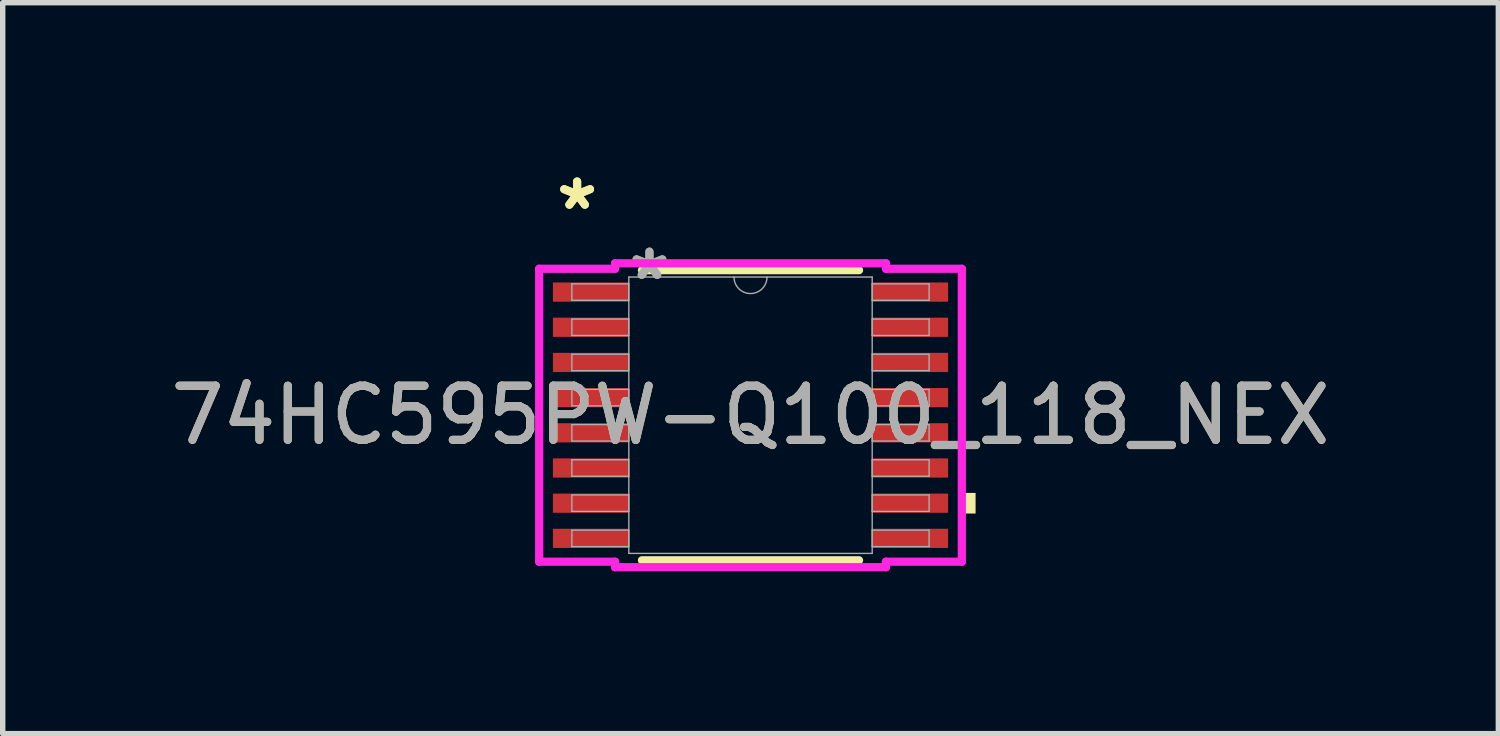
<source format=kicad_pcb>
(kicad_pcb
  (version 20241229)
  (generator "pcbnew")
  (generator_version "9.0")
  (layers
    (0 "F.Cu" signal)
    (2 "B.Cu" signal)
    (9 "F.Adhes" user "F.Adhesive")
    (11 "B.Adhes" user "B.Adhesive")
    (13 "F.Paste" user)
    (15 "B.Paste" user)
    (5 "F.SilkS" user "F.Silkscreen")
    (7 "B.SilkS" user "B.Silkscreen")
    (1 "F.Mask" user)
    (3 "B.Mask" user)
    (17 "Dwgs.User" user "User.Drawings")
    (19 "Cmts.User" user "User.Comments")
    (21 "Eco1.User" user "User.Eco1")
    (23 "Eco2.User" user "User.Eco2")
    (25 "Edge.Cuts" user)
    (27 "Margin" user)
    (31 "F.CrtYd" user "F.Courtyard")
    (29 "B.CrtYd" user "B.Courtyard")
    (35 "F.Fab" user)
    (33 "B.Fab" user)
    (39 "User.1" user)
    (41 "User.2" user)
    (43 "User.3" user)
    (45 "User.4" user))
  (footprint "74HC595PW-Q100_118_NEX"
    (layer "F.Cu")
    (at 10.815 4.621)
    (property "Reference" "74HC595PW-Q100_118_NEX" (at 0 0 0) (unlocked yes) (layer "F.SilkS") (effects (font (size 1 1) (thickness 0.15))))
    (attr smd)
    (fp_line (start -2.005 2.68) (end 2.005 2.68) (stroke (width 0.152) (type solid)) (layer "F.SilkS"))
    (fp_line (start 2.005 -2.68) (end -2.005 -2.68) (stroke (width 0.152) (type solid)) (layer "F.SilkS"))
    (fp_poly (pts (xy 4.158 1.435) (xy 4.158 1.816) (xy 3.904 1.816) (xy 3.904 1.435)) (stroke (width 0) (type solid)) (fill yes) (layer "F.SilkS"))
    (fp_line (start -3.904 -2.706) (end -2.502 -2.706) (stroke (width 0.152) (type solid)) (layer "F.CrtYd"))
    (fp_line (start -3.904 2.706) (end -3.904 -2.706) (stroke (width 0.152) (type solid)) (layer "F.CrtYd"))
    (fp_line (start -3.904 2.706) (end -2.502 2.706) (stroke (width 0.152) (type solid)) (layer "F.CrtYd"))
    (fp_line (start -2.502 -2.807) (end 2.502 -2.807) (stroke (width 0.152) (type solid)) (layer "F.CrtYd"))
    (fp_line (start -2.502 -2.706) (end -2.502 -2.807) (stroke (width 0.152) (type solid)) (layer "F.CrtYd"))
    (fp_line (start -2.502 2.807) (end -2.502 2.706) (stroke (width 0.152) (type solid)) (layer "F.CrtYd"))
    (fp_line (start 2.502 -2.807) (end 2.502 -2.706) (stroke (width 0.152) (type solid)) (layer "F.CrtYd"))
    (fp_line (start 2.502 2.706) (end 2.502 2.807) (stroke (width 0.152) (type solid)) (layer "F.CrtYd"))
    (fp_line (start 2.502 2.807) (end -2.502 2.807) (stroke (width 0.152) (type solid)) (layer "F.CrtYd"))
    (fp_line (start 3.904 -2.706) (end 2.502 -2.706) (stroke (width 0.152) (type solid)) (layer "F.CrtYd"))
    (fp_line (start 3.904 -2.706) (end 3.904 2.706) (stroke (width 0.152) (type solid)) (layer "F.CrtYd"))
    (fp_line (start 3.904 2.706) (end 2.502 2.706) (stroke (width 0.152) (type solid)) (layer "F.CrtYd"))
    (fp_line (start -3.3 -2.427) (end -3.3 -2.123) (stroke (width 0.025) (type solid)) (layer "F.Fab"))
    (fp_line (start -3.3 -2.123) (end -2.248 -2.123) (stroke (width 0.025) (type solid)) (layer "F.Fab"))
    (fp_line (start -3.3 -1.777) (end -3.3 -1.473) (stroke (width 0.025) (type solid)) (layer "F.Fab"))
    (fp_line (start -3.3 -1.473) (end -2.248 -1.473) (stroke (width 0.025) (type solid)) (layer "F.Fab"))
    (fp_line (start -3.3 -1.127) (end -3.3 -0.823) (stroke (width 0.025) (type solid)) (layer "F.Fab"))
    (fp_line (start -3.3 -0.823) (end -2.248 -0.823) (stroke (width 0.025) (type solid)) (layer "F.Fab"))
    (fp_line (start -3.3 -0.477) (end -3.3 -0.173) (stroke (width 0.025) (type solid)) (layer "F.Fab"))
    (fp_line (start -3.3 -0.173) (end -2.248 -0.173) (stroke (width 0.025) (type solid)) (layer "F.Fab"))
    (fp_line (start -3.3 0.173) (end -3.3 0.477) (stroke (width 0.025) (type solid)) (layer "F.Fab"))
    (fp_line (start -3.3 0.477) (end -2.248 0.477) (stroke (width 0.025) (type solid)) (layer "F.Fab"))
    (fp_line (start -3.3 0.823) (end -3.3 1.127) (stroke (width 0.025) (type solid)) (layer "F.Fab"))
    (fp_line (start -3.3 1.127) (end -2.248 1.127) (stroke (width 0.025) (type solid)) (layer "F.Fab"))
    (fp_line (start -3.3 1.473) (end -3.3 1.777) (stroke (width 0.025) (type solid)) (layer "F.Fab"))
    (fp_line (start -3.3 1.777) (end -2.248 1.777) (stroke (width 0.025) (type solid)) (layer "F.Fab"))
    (fp_line (start -3.3 2.123) (end -3.3 2.427) (stroke (width 0.025) (type solid)) (layer "F.Fab"))
    (fp_line (start -3.3 2.427) (end -2.248 2.427) (stroke (width 0.025) (type solid)) (layer "F.Fab"))
    (fp_line (start -2.248 -2.553) (end -2.248 2.553) (stroke (width 0.025) (type solid)) (layer "F.Fab"))
    (fp_line (start -2.248 -2.427) (end -3.3 -2.427) (stroke (width 0.025) (type solid)) (layer "F.Fab"))
    (fp_line (start -2.248 -2.123) (end -2.248 -2.427) (stroke (width 0.025) (type solid)) (layer "F.Fab"))
    (fp_line (start -2.248 -1.777) (end -3.3 -1.777) (stroke (width 0.025) (type solid)) (layer "F.Fab"))
    (fp_line (start -2.248 -1.473) (end -2.248 -1.777) (stroke (width 0.025) (type solid)) (layer "F.Fab"))
    (fp_line (start -2.248 -1.127) (end -3.3 -1.127) (stroke (width 0.025) (type solid)) (layer "F.Fab"))
    (fp_line (start -2.248 -0.823) (end -2.248 -1.127) (stroke (width 0.025) (type solid)) (layer "F.Fab"))
    (fp_line (start -2.248 -0.477) (end -3.3 -0.477) (stroke (width 0.025) (type solid)) (layer "F.Fab"))
    (fp_line (start -2.248 -0.173) (end -2.248 -0.477) (stroke (width 0.025) (type solid)) (layer "F.Fab"))
    (fp_line (start -2.248 0.173) (end -3.3 0.173) (stroke (width 0.025) (type solid)) (layer "F.Fab"))
    (fp_line (start -2.248 0.477) (end -2.248 0.173) (stroke (width 0.025) (type solid)) (layer "F.Fab"))
    (fp_line (start -2.248 0.823) (end -3.3 0.823) (stroke (width 0.025) (type solid)) (layer "F.Fab"))
    (fp_line (start -2.248 1.127) (end -2.248 0.823) (stroke (width 0.025) (type solid)) (layer "F.Fab"))
    (fp_line (start -2.248 1.473) (end -3.3 1.473) (stroke (width 0.025) (type solid)) (layer "F.Fab"))
    (fp_line (start -2.248 1.777) (end -2.248 1.473) (stroke (width 0.025) (type solid)) (layer "F.Fab"))
    (fp_line (start -2.248 2.123) (end -3.3 2.123) (stroke (width 0.025) (type solid)) (layer "F.Fab"))
    (fp_line (start -2.248 2.427) (end -2.248 2.123) (stroke (width 0.025) (type solid)) (layer "F.Fab"))
    (fp_line (start -2.248 2.553) (end 2.248 2.553) (stroke (width 0.025) (type solid)) (layer "F.Fab"))
    (fp_line (start 2.248 -2.553) (end -2.248 -2.553) (stroke (width 0.025) (type solid)) (layer "F.Fab"))
    (fp_line (start 2.248 -2.427) (end 2.248 -2.123) (stroke (width 0.025) (type solid)) (layer "F.Fab"))
    (fp_line (start 2.248 -2.123) (end 3.3 -2.123) (stroke (width 0.025) (type solid)) (layer "F.Fab"))
    (fp_line (start 2.248 -1.777) (end 2.248 -1.473) (stroke (width 0.025) (type solid)) (layer "F.Fab"))
    (fp_line (start 2.248 -1.473) (end 3.3 -1.473) (stroke (width 0.025) (type solid)) (layer "F.Fab"))
    (fp_line (start 2.248 -1.127) (end 2.248 -0.823) (stroke (width 0.025) (type solid)) (layer "F.Fab"))
    (fp_line (start 2.248 -0.823) (end 3.3 -0.823) (stroke (width 0.025) (type solid)) (layer "F.Fab"))
    (fp_line (start 2.248 -0.477) (end 2.248 -0.173) (stroke (width 0.025) (type solid)) (layer "F.Fab"))
    (fp_line (start 2.248 -0.173) (end 3.3 -0.173) (stroke (width 0.025) (type solid)) (layer "F.Fab"))
    (fp_line (start 2.248 0.173) (end 2.248 0.477) (stroke (width 0.025) (type solid)) (layer "F.Fab"))
    (fp_line (start 2.248 0.477) (end 3.3 0.477) (stroke (width 0.025) (type solid)) (layer "F.Fab"))
    (fp_line (start 2.248 0.823) (end 2.248 1.127) (stroke (width 0.025) (type solid)) (layer "F.Fab"))
    (fp_line (start 2.248 1.127) (end 3.3 1.127) (stroke (width 0.025) (type solid)) (layer "F.Fab"))
    (fp_line (start 2.248 1.473) (end 2.248 1.777) (stroke (width 0.025) (type solid)) (layer "F.Fab"))
    (fp_line (start 2.248 1.777) (end 3.3 1.777) (stroke (width 0.025) (type solid)) (layer "F.Fab"))
    (fp_line (start 2.248 2.123) (end 2.248 2.427) (stroke (width 0.025) (type solid)) (layer "F.Fab"))
    (fp_line (start 2.248 2.427) (end 3.3 2.427) (stroke (width 0.025) (type solid)) (layer "F.Fab"))
    (fp_line (start 2.248 2.553) (end 2.248 -2.553) (stroke (width 0.025) (type solid)) (layer "F.Fab"))
    (fp_line (start 3.3 -2.427) (end 2.248 -2.427) (stroke (width 0.025) (type solid)) (layer "F.Fab"))
    (fp_line (start 3.3 -2.123) (end 3.3 -2.427) (stroke (width 0.025) (type solid)) (layer "F.Fab"))
    (fp_line (start 3.3 -1.777) (end 2.248 -1.777) (stroke (width 0.025) (type solid)) (layer "F.Fab"))
    (fp_line (start 3.3 -1.473) (end 3.3 -1.777) (stroke (width 0.025) (type solid)) (layer "F.Fab"))
    (fp_line (start 3.3 -1.127) (end 2.248 -1.127) (stroke (width 0.025) (type solid)) (layer "F.Fab"))
    (fp_line (start 3.3 -0.823) (end 3.3 -1.127) (stroke (width 0.025) (type solid)) (layer "F.Fab"))
    (fp_line (start 3.3 -0.477) (end 2.248 -0.477) (stroke (width 0.025) (type solid)) (layer "F.Fab"))
    (fp_line (start 3.3 -0.173) (end 3.3 -0.477) (stroke (width 0.025) (type solid)) (layer "F.Fab"))
    (fp_line (start 3.3 0.173) (end 2.248 0.173) (stroke (width 0.025) (type solid)) (layer "F.Fab"))
    (fp_line (start 3.3 0.477) (end 3.3 0.173) (stroke (width 0.025) (type solid)) (layer "F.Fab"))
    (fp_line (start 3.3 0.823) (end 2.248 0.823) (stroke (width 0.025) (type solid)) (layer "F.Fab"))
    (fp_line (start 3.3 1.127) (end 3.3 0.823) (stroke (width 0.025) (type solid)) (layer "F.Fab"))
    (fp_line (start 3.3 1.473) (end 2.248 1.473) (stroke (width 0.025) (type solid)) (layer "F.Fab"))
    (fp_line (start 3.3 1.777) (end 3.3 1.473) (stroke (width 0.025) (type solid)) (layer "F.Fab"))
    (fp_line (start 3.3 2.123) (end 2.248 2.123) (stroke (width 0.025) (type solid)) (layer "F.Fab"))
    (fp_line (start 3.3 2.427) (end 3.3 2.123) (stroke (width 0.025) (type solid)) (layer "F.Fab"))
    (fp_arc (start 0.3048 -2.5527) (mid 0 -2.2479) (end -0.3048 -2.5527) (stroke (width 0.0254) (type solid)) (layer "F.Fab"))
    (fp_text user "*" (at -3.203 -3.773 0) (layer "F.SilkS") (effects (font (size 1 1) (thickness 0.15))))
    (fp_text user "*" (at -3.203 -3.773 0) (unlocked yes) (layer "F.SilkS") (effects (font (size 1 1) (thickness 0.15))))
    (fp_text user "${REFERENCE}" (at 0 0 0) (unlocked yes) (layer "F.Fab") (effects (font (size 1 1) (thickness 0.15))))
    (fp_text user "*" (at -1.867 -2.477 0) (layer "F.Fab") (effects (font (size 1 1) (thickness 0.15))))
    (fp_text user "*" (at -1.867 -2.477 0) (unlocked yes) (layer "F.Fab") (effects (font (size 1 1) (thickness 0.15))))
    (pad "1" smd rect (at -2.949 -2.275) (size 1.402 0.355) (layers "F.Cu" "F.Mask" "F.Paste"))
    (pad "2" smd rect (at -2.949 -1.625) (size 1.402 0.355) (layers "F.Cu" "F.Mask" "F.Paste"))
    (pad "3" smd rect (at -2.949 -0.975) (size 1.402 0.355) (layers "F.Cu" "F.Mask" "F.Paste"))
    (pad "4" smd rect (at -2.949 -0.325) (size 1.402 0.355) (layers "F.Cu" "F.Mask" "F.Paste"))
    (pad "5" smd rect (at -2.949 0.325) (size 1.402 0.355) (layers "F.Cu" "F.Mask" "F.Paste"))
    (pad "6" smd rect (at -2.949 0.975) (size 1.402 0.355) (layers "F.Cu" "F.Mask" "F.Paste"))
    (pad "7" smd rect (at -2.949 1.625) (size 1.402 0.355) (layers "F.Cu" "F.Mask" "F.Paste"))
    (pad "8" smd rect (at -2.949 2.275) (size 1.402 0.355) (layers "F.Cu" "F.Mask" "F.Paste"))
    (pad "9" smd rect (at 2.949 2.275) (size 1.402 0.355) (layers "F.Cu" "F.Mask" "F.Paste"))
    (pad "10" smd rect (at 2.949 1.625) (size 1.402 0.355) (layers "F.Cu" "F.Mask" "F.Paste"))
    (pad "11" smd rect (at 2.949 0.975) (size 1.402 0.355) (layers "F.Cu" "F.Mask" "F.Paste"))
    (pad "12" smd rect (at 2.949 0.325) (size 1.402 0.355) (layers "F.Cu" "F.Mask" "F.Paste"))
    (pad "13" smd rect (at 2.949 -0.325) (size 1.402 0.355) (layers "F.Cu" "F.Mask" "F.Paste"))
    (pad "14" smd rect (at 2.949 -0.975) (size 1.402 0.355) (layers "F.Cu" "F.Mask" "F.Paste"))
    (pad "15" smd rect (at 2.949 -1.625) (size 1.402 0.355) (layers "F.Cu" "F.Mask" "F.Paste"))
    (pad "16" smd rect (at 2.949 -2.275) (size 1.402 0.355) (layers "F.Cu" "F.Mask" "F.Paste")))
  (gr_rect
    (start -3 -3)
    (end 24.631 10.504)
    (stroke (width 0.1) (type default))
    (fill no)
    (layer "Edge.Cuts")))
</source>
